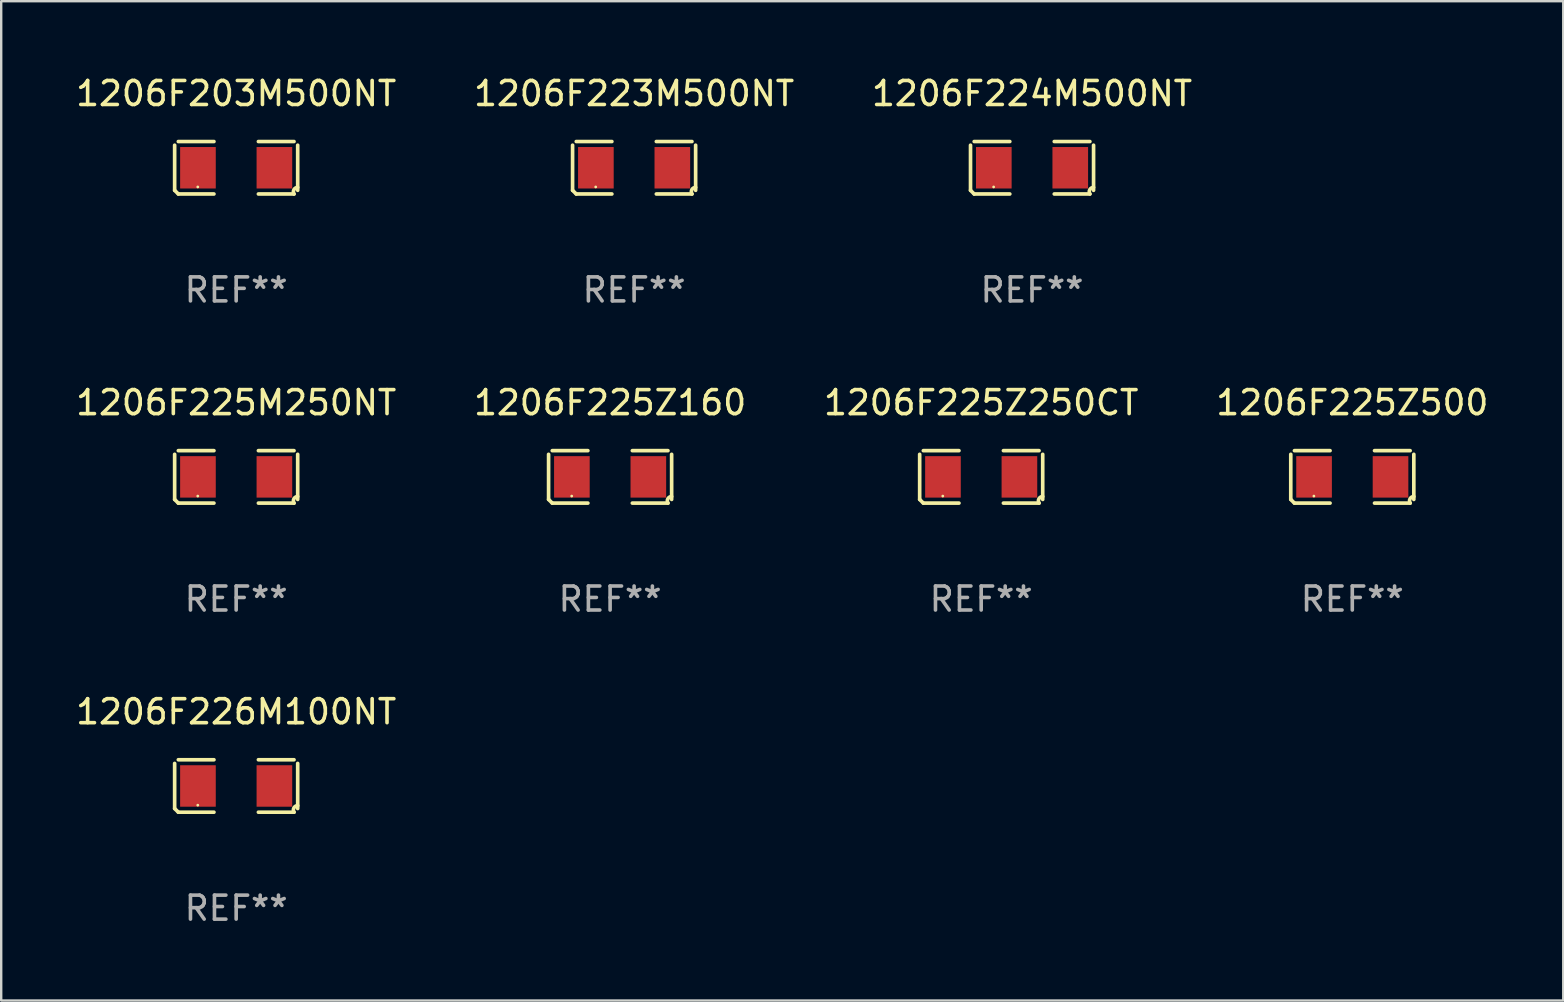
<source format=kicad_pcb>
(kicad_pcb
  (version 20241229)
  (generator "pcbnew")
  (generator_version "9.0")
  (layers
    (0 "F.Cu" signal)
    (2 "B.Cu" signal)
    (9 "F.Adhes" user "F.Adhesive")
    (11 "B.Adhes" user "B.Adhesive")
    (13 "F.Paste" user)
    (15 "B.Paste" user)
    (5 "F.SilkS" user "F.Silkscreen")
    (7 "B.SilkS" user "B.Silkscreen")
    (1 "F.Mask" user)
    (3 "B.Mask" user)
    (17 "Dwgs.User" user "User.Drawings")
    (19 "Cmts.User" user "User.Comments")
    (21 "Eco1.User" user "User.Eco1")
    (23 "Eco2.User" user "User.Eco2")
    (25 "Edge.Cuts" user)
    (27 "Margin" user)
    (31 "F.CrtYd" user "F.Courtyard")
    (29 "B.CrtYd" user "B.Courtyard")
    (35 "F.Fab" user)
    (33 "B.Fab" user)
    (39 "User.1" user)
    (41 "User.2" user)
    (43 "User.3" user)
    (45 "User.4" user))
  (footprint "1206F225M250NT"
    (layer "F.Cu")
    (at 6.792 16.823)
    (property "Reference" "1206F225M250NT" (at 0 -3.093 0) (layer "F.SilkS") (effects (font (size 1 1) (thickness 0.15))))
    (attr through_hole)
    (fp_line (start -2.564 0.94) (end -2.564 -0.94) (stroke (width 0.152) (type solid)) (layer "F.SilkS"))
    (fp_line (start -2.411 -1.093) (end -0.926 -1.093) (stroke (width 0.152) (type solid)) (layer "F.SilkS"))
    (fp_line (start -0.926 1.093) (end -2.411 1.093) (stroke (width 0.152) (type solid)) (layer "F.SilkS"))
    (fp_line (start 0.926 1.093) (end 2.411 1.093) (stroke (width 0.152) (type solid)) (layer "F.SilkS"))
    (fp_line (start 2.411 -1.093) (end 0.926 -1.093) (stroke (width 0.152) (type solid)) (layer "F.SilkS"))
    (fp_line (start 2.564 0.94) (end 2.564 -0.94) (stroke (width 0.152) (type solid)) (layer "F.SilkS"))
    (fp_arc (start -2.411201 1.092609) (mid -2.487413 1.01642) (end -2.563602 0.940208) (stroke (width 0.1524) (type solid)) (layer "F.SilkS"))
    (fp_arc (start 2.411201 1.092609) (mid 2.407159 0.911226) (end 2.563602 0.819347) (stroke (width 0.1524) (type solid)) (layer "F.SilkS"))
    (fp_circle (center -1.6 0.8) (end -1.57 0.8) (stroke (width 0.06) (type solid)) (fill no) (layer "F.SilkS"))
    (fp_text user "REF**" (at 0 5.093 0) (layer "F.Fab") (effects (font (size 1 1) (thickness 0.15))))
    (pad "1" smd rect (at -1.593 0) (size 1.485 1.728) (layers "F.Cu" "F.Mask" "F.Paste"))
    (pad "2" smd rect (at 1.593 0) (size 1.485 1.728) (layers "F.Cu" "F.Mask" "F.Paste")))
  (footprint "1206F226M100NT"
    (layer "F.Cu")
    (at 6.792 29.704)
    (property "Reference" "1206F226M100NT" (at 0 -3.093 0) (layer "F.SilkS") (effects (font (size 1 1) (thickness 0.15))))
    (attr through_hole)
    (fp_line (start -2.564 0.94) (end -2.564 -0.94) (stroke (width 0.152) (type solid)) (layer "F.SilkS"))
    (fp_line (start -2.411 -1.093) (end -0.926 -1.093) (stroke (width 0.152) (type solid)) (layer "F.SilkS"))
    (fp_line (start -0.926 1.093) (end -2.411 1.093) (stroke (width 0.152) (type solid)) (layer "F.SilkS"))
    (fp_line (start 0.926 1.093) (end 2.411 1.093) (stroke (width 0.152) (type solid)) (layer "F.SilkS"))
    (fp_line (start 2.411 -1.093) (end 0.926 -1.093) (stroke (width 0.152) (type solid)) (layer "F.SilkS"))
    (fp_line (start 2.564 0.94) (end 2.564 -0.94) (stroke (width 0.152) (type solid)) (layer "F.SilkS"))
    (fp_arc (start -2.411201 1.092609) (mid -2.487413 1.01642) (end -2.563602 0.940208) (stroke (width 0.1524) (type solid)) (layer "F.SilkS"))
    (fp_arc (start 2.411201 1.092609) (mid 2.407159 0.911226) (end 2.563602 0.819347) (stroke (width 0.1524) (type solid)) (layer "F.SilkS"))
    (fp_circle (center -1.6 0.8) (end -1.57 0.8) (stroke (width 0.06) (type solid)) (fill no) (layer "F.SilkS"))
    (fp_text user "REF**" (at 0 5.093 0) (layer "F.Fab") (effects (font (size 1 1) (thickness 0.15))))
    (pad "1" smd rect (at -1.593 0) (size 1.485 1.728) (layers "F.Cu" "F.Mask" "F.Paste"))
    (pad "2" smd rect (at 1.593 0) (size 1.485 1.728) (layers "F.Cu" "F.Mask" "F.Paste")))
  (footprint "1206F225Z500"
    (layer "F.Cu")
    (at 53.304 16.823)
    (property "Reference" "1206F225Z500" (at 0 -3.093 0) (layer "F.SilkS") (effects (font (size 1 1) (thickness 0.15))))
    (attr through_hole)
    (fp_line (start -2.564 0.94) (end -2.564 -0.94) (stroke (width 0.152) (type solid)) (layer "F.SilkS"))
    (fp_line (start -2.411 -1.093) (end -0.926 -1.093) (stroke (width 0.152) (type solid)) (layer "F.SilkS"))
    (fp_line (start -0.926 1.093) (end -2.411 1.093) (stroke (width 0.152) (type solid)) (layer "F.SilkS"))
    (fp_line (start 0.926 1.093) (end 2.411 1.093) (stroke (width 0.152) (type solid)) (layer "F.SilkS"))
    (fp_line (start 2.411 -1.093) (end 0.926 -1.093) (stroke (width 0.152) (type solid)) (layer "F.SilkS"))
    (fp_line (start 2.564 0.94) (end 2.564 -0.94) (stroke (width 0.152) (type solid)) (layer "F.SilkS"))
    (fp_arc (start -2.411201 1.092609) (mid -2.487413 1.01642) (end -2.563602 0.940208) (stroke (width 0.1524) (type solid)) (layer "F.SilkS"))
    (fp_arc (start 2.411201 1.092609) (mid 2.407159 0.911226) (end 2.563602 0.819347) (stroke (width 0.1524) (type solid)) (layer "F.SilkS"))
    (fp_circle (center -1.6 0.8) (end -1.57 0.8) (stroke (width 0.06) (type solid)) (fill no) (layer "F.SilkS"))
    (fp_text user "REF**" (at 0 5.093 0) (layer "F.Fab") (effects (font (size 1 1) (thickness 0.15))))
    (pad "1" smd rect (at -1.593 0) (size 1.485 1.728) (layers "F.Cu" "F.Mask" "F.Paste"))
    (pad "2" smd rect (at 1.593 0) (size 1.485 1.728) (layers "F.Cu" "F.Mask" "F.Paste")))
  (footprint "1206F223M500NT"
    (layer "F.Cu")
    (at 23.375 3.941)
    (property "Reference" "1206F223M500NT" (at 0 -3.093 0) (layer "F.SilkS") (effects (font (size 1 1) (thickness 0.15))))
    (attr through_hole)
    (fp_line (start -2.564 0.94) (end -2.564 -0.94) (stroke (width 0.152) (type solid)) (layer "F.SilkS"))
    (fp_line (start -2.411 -1.093) (end -0.926 -1.093) (stroke (width 0.152) (type solid)) (layer "F.SilkS"))
    (fp_line (start -0.926 1.093) (end -2.411 1.093) (stroke (width 0.152) (type solid)) (layer "F.SilkS"))
    (fp_line (start 0.926 1.093) (end 2.411 1.093) (stroke (width 0.152) (type solid)) (layer "F.SilkS"))
    (fp_line (start 2.411 -1.093) (end 0.926 -1.093) (stroke (width 0.152) (type solid)) (layer "F.SilkS"))
    (fp_line (start 2.564 0.94) (end 2.564 -0.94) (stroke (width 0.152) (type solid)) (layer "F.SilkS"))
    (fp_arc (start -2.411201 1.092609) (mid -2.487413 1.01642) (end -2.563602 0.940208) (stroke (width 0.1524) (type solid)) (layer "F.SilkS"))
    (fp_arc (start 2.411201 1.092609) (mid 2.407159 0.911226) (end 2.563602 0.819347) (stroke (width 0.1524) (type solid)) (layer "F.SilkS"))
    (fp_circle (center -1.6 0.8) (end -1.57 0.8) (stroke (width 0.06) (type solid)) (fill no) (layer "F.SilkS"))
    (fp_text user "REF**" (at 0 5.093 0) (layer "F.Fab") (effects (font (size 1 1) (thickness 0.15))))
    (pad "1" smd rect (at -1.593 0) (size 1.485 1.728) (layers "F.Cu" "F.Mask" "F.Paste"))
    (pad "2" smd rect (at 1.593 0) (size 1.485 1.728) (layers "F.Cu" "F.Mask" "F.Paste")))
  (footprint "1206F203M500NT"
    (layer "F.Cu")
    (at 6.792 3.941)
    (property "Reference" "1206F203M500NT" (at 0 -3.093 0) (layer "F.SilkS") (effects (font (size 1 1) (thickness 0.15))))
    (attr through_hole)
    (fp_line (start -2.564 0.94) (end -2.564 -0.94) (stroke (width 0.152) (type solid)) (layer "F.SilkS"))
    (fp_line (start -2.411 -1.093) (end -0.926 -1.093) (stroke (width 0.152) (type solid)) (layer "F.SilkS"))
    (fp_line (start -0.926 1.093) (end -2.411 1.093) (stroke (width 0.152) (type solid)) (layer "F.SilkS"))
    (fp_line (start 0.926 1.093) (end 2.411 1.093) (stroke (width 0.152) (type solid)) (layer "F.SilkS"))
    (fp_line (start 2.411 -1.093) (end 0.926 -1.093) (stroke (width 0.152) (type solid)) (layer "F.SilkS"))
    (fp_line (start 2.564 0.94) (end 2.564 -0.94) (stroke (width 0.152) (type solid)) (layer "F.SilkS"))
    (fp_arc (start -2.411201 1.092609) (mid -2.487413 1.01642) (end -2.563602 0.940208) (stroke (width 0.1524) (type solid)) (layer "F.SilkS"))
    (fp_arc (start 2.411201 1.092609) (mid 2.407159 0.911226) (end 2.563602 0.819347) (stroke (width 0.1524) (type solid)) (layer "F.SilkS"))
    (fp_circle (center -1.6 0.8) (end -1.57 0.8) (stroke (width 0.06) (type solid)) (fill no) (layer "F.SilkS"))
    (fp_text user "REF**" (at 0 5.093 0) (layer "F.Fab") (effects (font (size 1 1) (thickness 0.15))))
    (pad "1" smd rect (at -1.593 0) (size 1.485 1.728) (layers "F.Cu" "F.Mask" "F.Paste"))
    (pad "2" smd rect (at 1.593 0) (size 1.485 1.728) (layers "F.Cu" "F.Mask" "F.Paste")))
  (footprint "1206F225Z250CT"
    (layer "F.Cu")
    (at 37.839 16.823)
    (property "Reference" "1206F225Z250CT" (at 0 -3.093 0) (layer "F.SilkS") (effects (font (size 1 1) (thickness 0.15))))
    (attr through_hole)
    (fp_line (start -2.564 0.94) (end -2.564 -0.94) (stroke (width 0.152) (type solid)) (layer "F.SilkS"))
    (fp_line (start -2.411 -1.093) (end -0.926 -1.093) (stroke (width 0.152) (type solid)) (layer "F.SilkS"))
    (fp_line (start -0.926 1.093) (end -2.411 1.093) (stroke (width 0.152) (type solid)) (layer "F.SilkS"))
    (fp_line (start 0.926 1.093) (end 2.411 1.093) (stroke (width 0.152) (type solid)) (layer "F.SilkS"))
    (fp_line (start 2.411 -1.093) (end 0.926 -1.093) (stroke (width 0.152) (type solid)) (layer "F.SilkS"))
    (fp_line (start 2.564 0.94) (end 2.564 -0.94) (stroke (width 0.152) (type solid)) (layer "F.SilkS"))
    (fp_arc (start -2.411201 1.092609) (mid -2.487413 1.01642) (end -2.563602 0.940208) (stroke (width 0.1524) (type solid)) (layer "F.SilkS"))
    (fp_arc (start 2.411201 1.092609) (mid 2.407159 0.911226) (end 2.563602 0.819347) (stroke (width 0.1524) (type solid)) (layer "F.SilkS"))
    (fp_circle (center -1.6 0.8) (end -1.57 0.8) (stroke (width 0.06) (type solid)) (fill no) (layer "F.SilkS"))
    (fp_text user "REF**" (at 0 5.093 0) (layer "F.Fab") (effects (font (size 1 1) (thickness 0.15))))
    (pad "1" smd rect (at -1.593 0) (size 1.485 1.728) (layers "F.Cu" "F.Mask" "F.Paste"))
    (pad "2" smd rect (at 1.593 0) (size 1.485 1.728) (layers "F.Cu" "F.Mask" "F.Paste")))
  (footprint "1206F225Z160"
    (layer "F.Cu")
    (at 22.375 16.823)
    (property "Reference" "1206F225Z160" (at 0 -3.093 0) (layer "F.SilkS") (effects (font (size 1 1) (thickness 0.15))))
    (attr through_hole)
    (fp_line (start -2.564 0.94) (end -2.564 -0.94) (stroke (width 0.152) (type solid)) (layer "F.SilkS"))
    (fp_line (start -2.411 -1.093) (end -0.926 -1.093) (stroke (width 0.152) (type solid)) (layer "F.SilkS"))
    (fp_line (start -0.926 1.093) (end -2.411 1.093) (stroke (width 0.152) (type solid)) (layer "F.SilkS"))
    (fp_line (start 0.926 1.093) (end 2.411 1.093) (stroke (width 0.152) (type solid)) (layer "F.SilkS"))
    (fp_line (start 2.411 -1.093) (end 0.926 -1.093) (stroke (width 0.152) (type solid)) (layer "F.SilkS"))
    (fp_line (start 2.564 0.94) (end 2.564 -0.94) (stroke (width 0.152) (type solid)) (layer "F.SilkS"))
    (fp_arc (start -2.411201 1.092609) (mid -2.487413 1.01642) (end -2.563602 0.940208) (stroke (width 0.1524) (type solid)) (layer "F.SilkS"))
    (fp_arc (start 2.411201 1.092609) (mid 2.407159 0.911226) (end 2.563602 0.819347) (stroke (width 0.1524) (type solid)) (layer "F.SilkS"))
    (fp_circle (center -1.6 0.8) (end -1.57 0.8) (stroke (width 0.06) (type solid)) (fill no) (layer "F.SilkS"))
    (fp_text user "REF**" (at 0 5.093 0) (layer "F.Fab") (effects (font (size 1 1) (thickness 0.15))))
    (pad "1" smd rect (at -1.593 0) (size 1.485 1.728) (layers "F.Cu" "F.Mask" "F.Paste"))
    (pad "2" smd rect (at 1.593 0) (size 1.485 1.728) (layers "F.Cu" "F.Mask" "F.Paste")))
  (footprint "1206F224M500NT"
    (layer "F.Cu")
    (at 39.958 3.941)
    (property "Reference" "1206F224M500NT" (at 0 -3.093 0) (layer "F.SilkS") (effects (font (size 1 1) (thickness 0.15))))
    (attr through_hole)
    (fp_line (start -2.564 0.94) (end -2.564 -0.94) (stroke (width 0.152) (type solid)) (layer "F.SilkS"))
    (fp_line (start -2.411 -1.093) (end -0.926 -1.093) (stroke (width 0.152) (type solid)) (layer "F.SilkS"))
    (fp_line (start -0.926 1.093) (end -2.411 1.093) (stroke (width 0.152) (type solid)) (layer "F.SilkS"))
    (fp_line (start 0.926 1.093) (end 2.411 1.093) (stroke (width 0.152) (type solid)) (layer "F.SilkS"))
    (fp_line (start 2.411 -1.093) (end 0.926 -1.093) (stroke (width 0.152) (type solid)) (layer "F.SilkS"))
    (fp_line (start 2.564 0.94) (end 2.564 -0.94) (stroke (width 0.152) (type solid)) (layer "F.SilkS"))
    (fp_arc (start -2.411201 1.092609) (mid -2.487413 1.01642) (end -2.563602 0.940208) (stroke (width 0.1524) (type solid)) (layer "F.SilkS"))
    (fp_arc (start 2.411201 1.092609) (mid 2.407159 0.911226) (end 2.563602 0.819347) (stroke (width 0.1524) (type solid)) (layer "F.SilkS"))
    (fp_circle (center -1.6 0.8) (end -1.57 0.8) (stroke (width 0.06) (type solid)) (fill no) (layer "F.SilkS"))
    (fp_text user "REF**" (at 0 5.093 0) (layer "F.Fab") (effects (font (size 1 1) (thickness 0.15))))
    (pad "1" smd rect (at -1.593 0) (size 1.485 1.728) (layers "F.Cu" "F.Mask" "F.Paste"))
    (pad "2" smd rect (at 1.593 0) (size 1.485 1.728) (layers "F.Cu" "F.Mask" "F.Paste")))
  (gr_rect
    (start -3 -3)
    (end 62.095 38.645)
    (stroke (width 0.1) (type default))
    (fill no)
    (layer "Edge.Cuts")))
</source>
